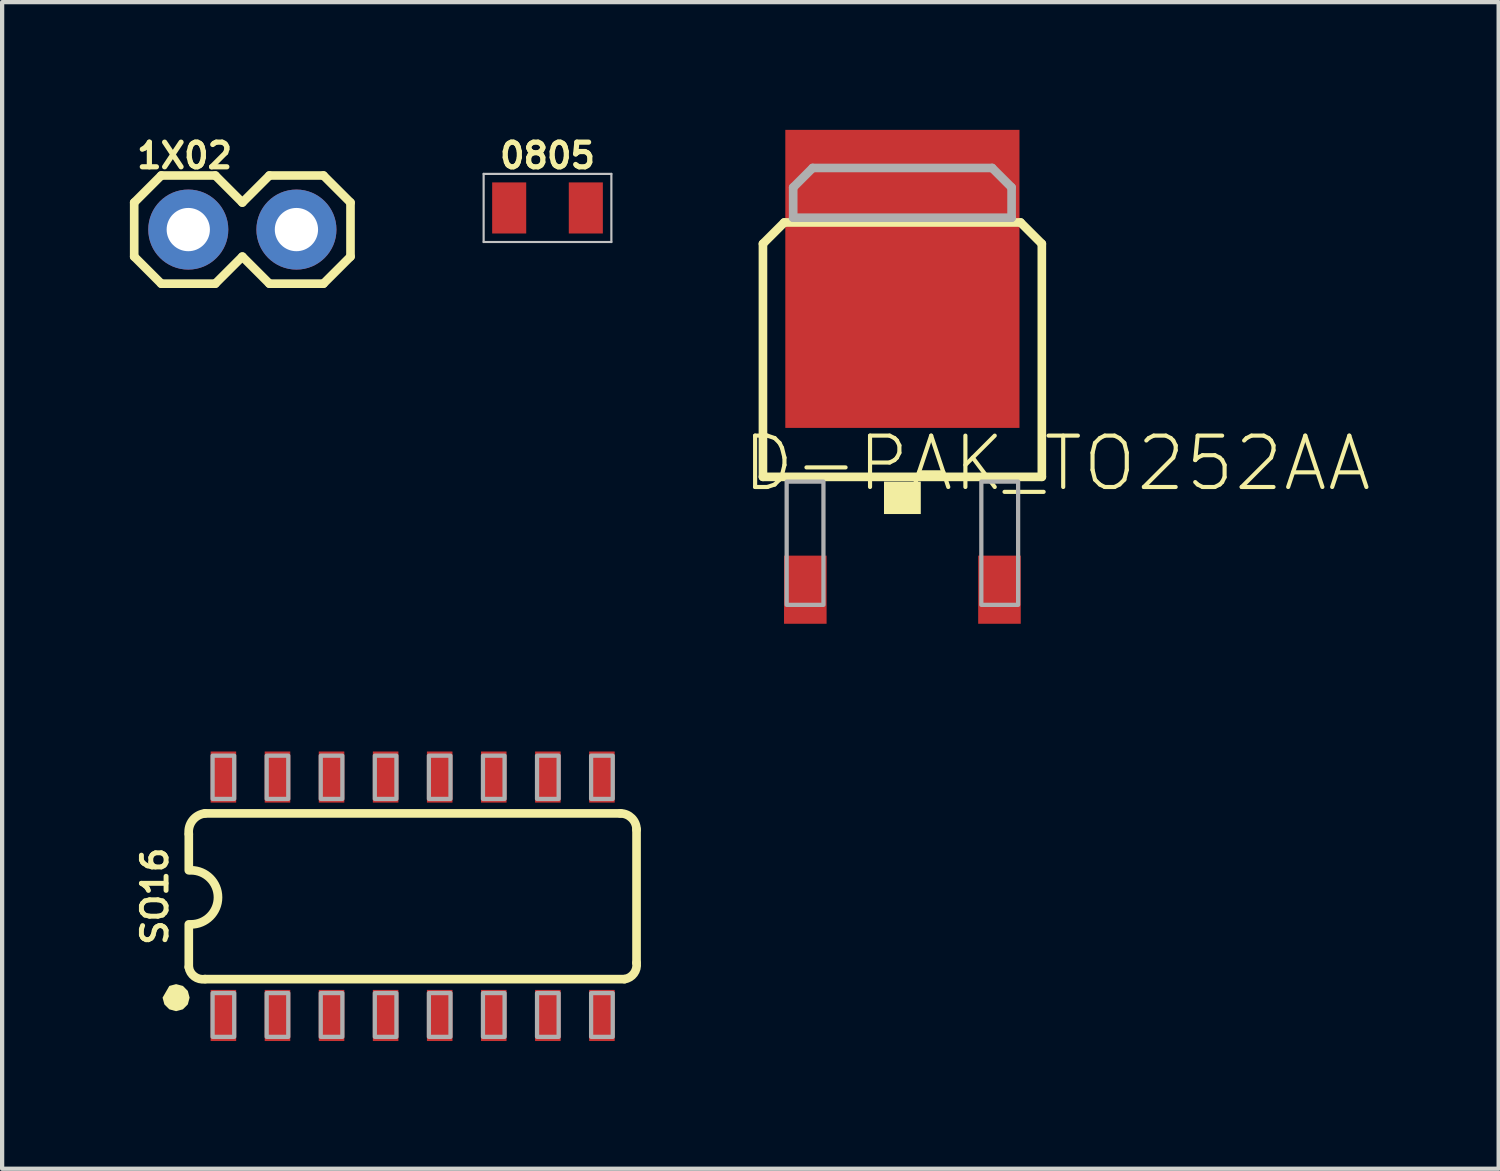
<source format=kicad_pcb>
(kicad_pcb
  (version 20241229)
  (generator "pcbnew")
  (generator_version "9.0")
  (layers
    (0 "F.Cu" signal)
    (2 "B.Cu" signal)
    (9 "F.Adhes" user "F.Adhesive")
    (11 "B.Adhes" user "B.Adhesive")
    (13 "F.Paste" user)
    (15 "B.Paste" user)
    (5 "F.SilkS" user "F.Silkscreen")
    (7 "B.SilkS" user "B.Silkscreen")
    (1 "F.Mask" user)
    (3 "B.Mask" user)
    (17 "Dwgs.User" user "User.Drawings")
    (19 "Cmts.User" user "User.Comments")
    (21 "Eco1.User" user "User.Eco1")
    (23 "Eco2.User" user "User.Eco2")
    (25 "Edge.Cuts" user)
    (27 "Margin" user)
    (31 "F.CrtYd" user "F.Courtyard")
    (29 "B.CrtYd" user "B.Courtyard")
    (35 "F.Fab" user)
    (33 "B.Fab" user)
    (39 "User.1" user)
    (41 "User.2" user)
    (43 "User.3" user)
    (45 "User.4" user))
  (footprint "0805"
    (layer "F.Cu")
    (at 9.809 1.834)
    (property "Reference" "0805" (at 0 -0.889 0) (layer "F.SilkS") (effects (font (size 0.579 0.579) (thickness 0.122)) (justify bottom)))
    (attr through_hole)
    (fp_line (start -1.5 -0.8) (end 1.5 -0.8) (stroke (width 0.051) (type solid)) (layer "Dwgs.User"))
    (fp_line (start -1.5 0.8) (end -1.5 -0.8) (stroke (width 0.051) (type solid)) (layer "Dwgs.User"))
    (fp_line (start 1.5 -0.8) (end 1.5 0.8) (stroke (width 0.051) (type solid)) (layer "Dwgs.User"))
    (fp_line (start 1.5 0.8) (end -1.5 0.8) (stroke (width 0.051) (type solid)) (layer "Dwgs.User"))
    (pad "1" smd rect (at -0.9 0) (size 0.8 1.2) (layers "F.Cu" "F.Mask" "F.Paste"))
    (pad "2" smd rect (at 0.9 0) (size 0.8 1.2) (layers "F.Cu" "F.Mask" "F.Paste")))
  (footprint "D-PAK_TO252AA"
    (layer "F.Cu")
    (at 18.144 6)
    (property "Reference" "D-PAK_TO252AA" (at -3.81 2.54 180) (layer "F.SilkS") (effects (font (size 1.206 1.206) (thickness 0.097)) (justify left bottom)))
    (attr through_hole)
    (fp_line (start -3.275 -3.325) (end -2.775 -3.825) (stroke (width 0.203) (type solid)) (layer "F.SilkS"))
    (fp_line (start -3.275 2.15) (end -3.275 -3.325) (stroke (width 0.203) (type solid)) (layer "F.SilkS"))
    (fp_line (start -2.775 -3.825) (end 2.775 -3.825) (stroke (width 0.203) (type solid)) (layer "F.SilkS"))
    (fp_line (start 2.775 -3.825) (end 3.275 -3.325) (stroke (width 0.203) (type solid)) (layer "F.SilkS"))
    (fp_line (start 3.275 -3.325) (end 3.275 2.15) (stroke (width 0.203) (type solid)) (layer "F.SilkS"))
    (fp_line (start 3.275 2.15) (end -3.275 2.15) (stroke (width 0.203) (type solid)) (layer "F.SilkS"))
    (fp_poly (pts (xy -0.432 3.023) (xy 0.432 3.023) (xy 0.432 2.261) (xy -0.432 2.261)) (stroke (width 0) (type solid)) (fill yes) (layer "F.SilkS"))
    (fp_line (start -2.565 -4.648) (end -2.108 -5.105) (stroke (width 0.203) (type solid)) (layer "F.Fab"))
    (fp_line (start -2.565 -3.937) (end -2.565 -4.648) (stroke (width 0.203) (type solid)) (layer "F.Fab"))
    (fp_line (start -2.108 -5.105) (end 2.108 -5.105) (stroke (width 0.203) (type solid)) (layer "F.Fab"))
    (fp_line (start 2.108 -5.105) (end 2.565 -4.648) (stroke (width 0.203) (type solid)) (layer "F.Fab"))
    (fp_line (start 2.565 -4.648) (end 2.565 -3.937) (stroke (width 0.203) (type solid)) (layer "F.Fab"))
    (fp_line (start 2.565 -3.937) (end -2.565 -3.937) (stroke (width 0.203) (type solid)) (layer "F.Fab"))
    (fp_poly (pts (xy -2.718 5.156) (xy -1.854 5.156) (xy -1.854 2.261) (xy -2.718 2.261)) (stroke (width 0.1) (type solid)) (fill no) (layer "F.Fab"))
    (fp_poly (pts (xy 1.854 5.156) (xy 2.718 5.156) (xy 2.718 2.261) (xy 1.854 2.261)) (stroke (width 0.1) (type solid)) (fill no) (layer "F.Fab"))
    (fp_poly (pts (xy -2.565 -3.937) (xy -2.565 -4.648) (xy -2.108 -5.105) (xy 2.108 -5.105) (xy 2.565 -4.648) (xy 2.565 -3.937)) (stroke (width 0.1) (type solid)) (fill no) (layer "F.Fab"))
    (pad "1" smd rect (at -2.28 4.8) (size 1 1.6) (layers "F.Cu" "F.Mask" "F.Paste"))
    (pad "2" smd rect (at 0 -2.5) (size 5.5 7) (layers "F.Cu" "F.Mask" "F.Paste"))
    (pad "3" smd rect (at 2.28 4.8) (size 1 1.6) (layers "F.Cu" "F.Mask" "F.Paste")))
  (footprint "1X02"
    (layer "F.Cu")
    (at 1.372 2.342)
    (property "Reference" "1X02" (at -1.27 -1.397 0) (layer "F.SilkS") (effects (font (size 0.579 0.579) (thickness 0.122)) (justify left bottom)))
    (attr through_hole)
    (fp_line (start -1.27 -0.635) (end -1.27 0.635) (stroke (width 0.203) (type solid)) (layer "F.SilkS"))
    (fp_line (start -1.27 0.635) (end -0.635 1.27) (stroke (width 0.203) (type solid)) (layer "F.SilkS"))
    (fp_line (start -0.635 -1.27) (end -1.27 -0.635) (stroke (width 0.203) (type solid)) (layer "F.SilkS"))
    (fp_line (start -0.635 -1.27) (end 0.635 -1.27) (stroke (width 0.203) (type solid)) (layer "F.SilkS"))
    (fp_line (start 0.635 -1.27) (end 1.27 -0.635) (stroke (width 0.203) (type solid)) (layer "F.SilkS"))
    (fp_line (start 0.635 1.27) (end -0.635 1.27) (stroke (width 0.203) (type solid)) (layer "F.SilkS"))
    (fp_line (start 1.27 -0.635) (end 1.905 -1.27) (stroke (width 0.203) (type solid)) (layer "F.SilkS"))
    (fp_line (start 1.27 0.635) (end 0.635 1.27) (stroke (width 0.203) (type solid)) (layer "F.SilkS"))
    (fp_line (start 1.905 -1.27) (end 3.175 -1.27) (stroke (width 0.203) (type solid)) (layer "F.SilkS"))
    (fp_line (start 1.905 1.27) (end 1.27 0.635) (stroke (width 0.203) (type solid)) (layer "F.SilkS"))
    (fp_line (start 3.175 -1.27) (end 3.81 -0.635) (stroke (width 0.203) (type solid)) (layer "F.SilkS"))
    (fp_line (start 3.175 1.27) (end 1.905 1.27) (stroke (width 0.203) (type solid)) (layer "F.SilkS"))
    (fp_line (start 3.81 -0.635) (end 3.81 0.635) (stroke (width 0.203) (type solid)) (layer "F.SilkS"))
    (fp_line (start 3.81 0.635) (end 3.175 1.27) (stroke (width 0.203) (type solid)) (layer "F.SilkS"))
    (fp_poly (pts (xy -0.254 0.254) (xy 0.254 0.254) (xy 0.254 -0.254) (xy -0.254 -0.254)) (stroke (width 0.1) (type solid)) (fill no) (layer "F.Fab"))
    (fp_poly (pts (xy 2.286 0.254) (xy 2.794 0.254) (xy 2.794 -0.254) (xy 2.286 -0.254)) (stroke (width 0.1) (type solid)) (fill no) (layer "F.Fab"))
    (pad "1" thru_hole circle (at 0 0 90) (size 1.88 1.88) (drill 1.016) (layers "*.Cu" "*.Mask"))
    (pad "2" thru_hole circle (at 2.54 0 90) (size 1.88 1.88) (drill 1.016) (layers "*.Cu" "*.Mask")))
  (footprint "SO16"
    (layer "F.Cu")
    (at 6.642 18)
    (property "Reference" "SO16" (at -5.715 0 270) (layer "F.SilkS") (effects (font (size 0.579 0.579) (thickness 0.116)) (justify bottom)))
    (attr through_hole)
    (fp_line (start -5.258 -1.453) (end -5.258 -0.61) (stroke (width 0.203) (type solid)) (layer "F.SilkS"))
    (fp_line (start -5.258 1.665) (end -5.258 0.66) (stroke (width 0.203) (type solid)) (layer "F.SilkS"))
    (fp_line (start -4.877 1.946) (end 4.977 1.946) (stroke (width 0.203) (type solid)) (layer "F.SilkS"))
    (fp_line (start 4.877 -1.946) (end -4.877 -1.946) (stroke (width 0.203) (type solid)) (layer "F.SilkS"))
    (fp_line (start 5.258 1.565) (end 5.258 -1.565) (stroke (width 0.203) (type solid)) (layer "F.SilkS"))
    (fp_arc (start -5.2578 -1.4653) (mid -5.166948 -1.784731) (end -4.8768 -1.9463) (stroke (width 0.2032) (type solid)) (layer "F.SilkS"))
    (fp_arc (start -5.207 -0.6096) (mid -4.572 0.0254) (end -5.207 0.6604) (stroke (width 0.2032) (type solid)) (layer "F.SilkS"))
    (fp_arc (start -4.876799 1.946301) (mid -5.12554 1.884767) (end -5.2578 1.6653) (stroke (width 0.2032) (type solid)) (layer "F.SilkS"))
    (fp_arc (start 4.8768 -1.9463) (mid 5.146237 -1.834736) (end 5.2578 -1.565298) (stroke (width 0.2032) (type solid)) (layer "F.SilkS"))
    (fp_arc (start 5.2578 1.5653) (mid 5.196208 1.813997) (end 4.9768 1.9463) (stroke (width 0.2032) (type solid)) (layer "F.SilkS"))
    (fp_poly (pts (xy -5.239 2.381) (xy -5.281 2.223) (xy -5.397 2.106) (xy -5.556 2.064) (xy -5.715 2.106) (xy -5.874 2.381) (xy -5.831 2.54) (xy -5.715 2.656) (xy -5.556 2.699) (xy -5.397 2.656) (xy -5.281 2.54)) (stroke (width 0) (type solid)) (fill yes) (layer "F.SilkS"))
    (fp_poly (pts (xy -4.699 -2.286) (xy -4.191 -2.286) (xy -4.191 -3.302) (xy -4.699 -3.302)) (stroke (width 0.1) (type solid)) (fill no) (layer "F.Fab"))
    (fp_poly (pts (xy -4.699 3.302) (xy -4.191 3.302) (xy -4.191 2.273) (xy -4.699 2.273)) (stroke (width 0.1) (type solid)) (fill no) (layer "F.Fab"))
    (fp_poly (pts (xy -3.429 -2.286) (xy -2.921 -2.286) (xy -2.921 -3.302) (xy -3.429 -3.302)) (stroke (width 0.1) (type solid)) (fill no) (layer "F.Fab"))
    (fp_poly (pts (xy -3.429 3.302) (xy -2.921 3.302) (xy -2.921 2.273) (xy -3.429 2.273)) (stroke (width 0.1) (type solid)) (fill no) (layer "F.Fab"))
    (fp_poly (pts (xy -2.159 -2.286) (xy -1.651 -2.286) (xy -1.651 -3.302) (xy -2.159 -3.302)) (stroke (width 0.1) (type solid)) (fill no) (layer "F.Fab"))
    (fp_poly (pts (xy -2.159 3.302) (xy -1.651 3.302) (xy -1.651 2.273) (xy -2.159 2.273)) (stroke (width 0.1) (type solid)) (fill no) (layer "F.Fab"))
    (fp_poly (pts (xy -0.889 -2.286) (xy -0.381 -2.286) (xy -0.381 -3.302) (xy -0.889 -3.302)) (stroke (width 0.1) (type solid)) (fill no) (layer "F.Fab"))
    (fp_poly (pts (xy -0.889 3.302) (xy -0.381 3.302) (xy -0.381 2.273) (xy -0.889 2.273)) (stroke (width 0.1) (type solid)) (fill no) (layer "F.Fab"))
    (fp_poly (pts (xy 0.381 -2.286) (xy 0.889 -2.286) (xy 0.889 -3.302) (xy 0.381 -3.302)) (stroke (width 0.1) (type solid)) (fill no) (layer "F.Fab"))
    (fp_poly (pts (xy 0.381 3.302) (xy 0.889 3.302) (xy 0.889 2.273) (xy 0.381 2.273)) (stroke (width 0.1) (type solid)) (fill no) (layer "F.Fab"))
    (fp_poly (pts (xy 1.651 -2.286) (xy 2.159 -2.286) (xy 2.159 -3.302) (xy 1.651 -3.302)) (stroke (width 0.1) (type solid)) (fill no) (layer "F.Fab"))
    (fp_poly (pts (xy 1.651 3.302) (xy 2.159 3.302) (xy 2.159 2.273) (xy 1.651 2.273)) (stroke (width 0.1) (type solid)) (fill no) (layer "F.Fab"))
    (fp_poly (pts (xy 2.921 -2.286) (xy 3.429 -2.286) (xy 3.429 -3.302) (xy 2.921 -3.302)) (stroke (width 0.1) (type solid)) (fill no) (layer "F.Fab"))
    (fp_poly (pts (xy 2.921 3.302) (xy 3.429 3.302) (xy 3.429 2.273) (xy 2.921 2.273)) (stroke (width 0.1) (type solid)) (fill no) (layer "F.Fab"))
    (fp_poly (pts (xy 4.191 -2.286) (xy 4.699 -2.286) (xy 4.699 -3.302) (xy 4.191 -3.302)) (stroke (width 0.1) (type solid)) (fill no) (layer "F.Fab"))
    (fp_poly (pts (xy 4.191 3.302) (xy 4.699 3.302) (xy 4.699 2.273) (xy 4.191 2.273)) (stroke (width 0.1) (type solid)) (fill no) (layer "F.Fab"))
    (pad "1" smd rect (at -4.445 2.8) (size 0.6 1.2) (layers "F.Cu" "F.Mask" "F.Paste"))
    (pad "2" smd rect (at -3.175 2.8) (size 0.6 1.2) (layers "F.Cu" "F.Mask" "F.Paste"))
    (pad "3" smd rect (at -1.905 2.8) (size 0.6 1.2) (layers "F.Cu" "F.Mask" "F.Paste"))
    (pad "4" smd rect (at -0.635 2.8) (size 0.6 1.2) (layers "F.Cu" "F.Mask" "F.Paste"))
    (pad "5" smd rect (at 0.635 2.8) (size 0.6 1.2) (layers "F.Cu" "F.Mask" "F.Paste"))
    (pad "6" smd rect (at 1.905 2.8) (size 0.6 1.2) (layers "F.Cu" "F.Mask" "F.Paste"))
    (pad "7" smd rect (at 3.175 2.8) (size 0.6 1.2) (layers "F.Cu" "F.Mask" "F.Paste"))
    (pad "8" smd rect (at 4.445 2.8) (size 0.6 1.2) (layers "F.Cu" "F.Mask" "F.Paste"))
    (pad "9" smd rect (at 4.445 -2.8) (size 0.6 1.2) (layers "F.Cu" "F.Mask" "F.Paste"))
    (pad "10" smd rect (at 3.175 -2.8) (size 0.6 1.2) (layers "F.Cu" "F.Mask" "F.Paste"))
    (pad "11" smd rect (at 1.905 -2.8) (size 0.6 1.2) (layers "F.Cu" "F.Mask" "F.Paste"))
    (pad "12" smd rect (at 0.635 -2.8) (size 0.6 1.2) (layers "F.Cu" "F.Mask" "F.Paste"))
    (pad "13" smd rect (at -0.635 -2.8) (size 0.6 1.2) (layers "F.Cu" "F.Mask" "F.Paste"))
    (pad "14" smd rect (at -1.905 -2.8) (size 0.6 1.2) (layers "F.Cu" "F.Mask" "F.Paste"))
    (pad "15" smd rect (at -3.175 -2.8) (size 0.6 1.2) (layers "F.Cu" "F.Mask" "F.Paste"))
    (pad "16" smd rect (at -4.445 -2.8) (size 0.6 1.2) (layers "F.Cu" "F.Mask" "F.Paste")))
  (gr_rect
    (start -3 -3)
    (end 32.148 24.4)
    (stroke (width 0.1) (type default))
    (fill no)
    (layer "Edge.Cuts")))
</source>
